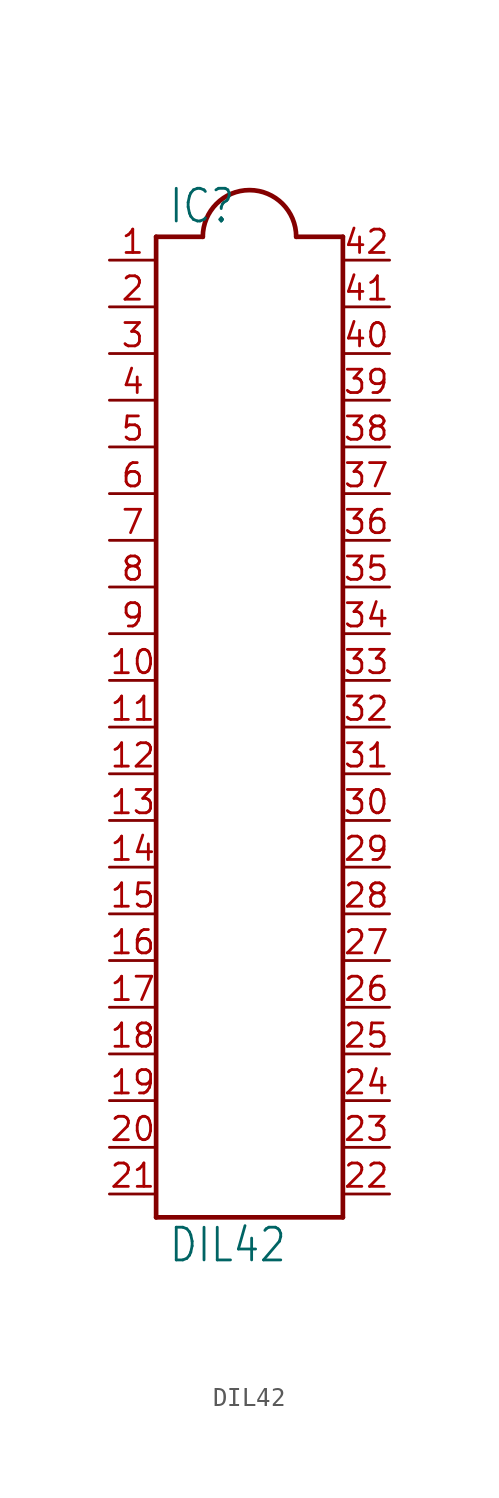
<source format=kicad_sym>
(kicad_symbol_lib
  (version 20211014)
  (generator kicad_symbol_editor)
  (symbol "DIL42"
    (property "Reference" "IC"
      (at -4.445 29.845 0)
      (effects (font (size 1.778 1.511)) (justify left bottom)))
    (property "Value" "DIL42"
      (at -4.445 -26.67 0)
      (effects (font (size 1.778 1.511)) (justify left bottom)))
    (property "ki_locked" ""
      (at 0 0 0)
      (effects (font (size 1.27 1.27))))
    (symbol "DIL42_1_0"
      (polyline (pts (xy -5.08 -24.13) (xy 5.08 -24.13)) (stroke (width 0.254) (type default) (color 0 0 0 0)) (fill (type none)))
      (polyline (pts (xy -5.08 29.21) (xy -5.08 -24.13)) (stroke (width 0.254) (type default) (color 0 0 0 0)) (fill (type none)))
      (polyline (pts (xy -5.08 29.21) (xy -2.54 29.21)) (stroke (width 0.254) (type default) (color 0 0 0 0)) (fill (type none)))
      (polyline (pts (xy 5.08 -24.13) (xy 5.08 29.21)) (stroke (width 0.254) (type default) (color 0 0 0 0)) (fill (type none)))
      (polyline (pts (xy 5.08 29.21) (xy 2.54 29.21)) (stroke (width 0.254) (type default) (color 0 0 0 0)) (fill (type none)))
      (arc (start 2.54 29.21) (mid 0 31.75) (end -2.54 29.21) (stroke (width 0.254) (type default) (color 0 0 0 0)) (fill (type none)))
      (pin passive line (at -7.62 27.94 0) (length 2.54) (name "MA19" (effects (font (size 0 0)))) (number "1" (effects (font (size 1.27 1.27)))))
      (pin passive line (at -7.62 5.08 0) (length 2.54) (name "MA1" (effects (font (size 0 0)))) (number "10" (effects (font (size 1.27 1.27)))))
      (pin passive line (at -7.62 2.54 0) (length 2.54) (name "MCS0" (effects (font (size 0 0)))) (number "11" (effects (font (size 1.27 1.27)))))
      (pin passive line (at -7.62 0 0) (length 2.54) (name "VSS" (effects (font (size 0 0)))) (number "12" (effects (font (size 1.27 1.27)))))
      (pin passive line (at -7.62 -2.54 0) (length 2.54) (name "MRD" (effects (font (size 0 0)))) (number "13" (effects (font (size 1.27 1.27)))))
      (pin passive line (at -7.62 -5.08 0) (length 2.54) (name "MD0" (effects (font (size 0 0)))) (number "14" (effects (font (size 1.27 1.27)))))
      (pin passive line (at -7.62 -7.62 0) (length 2.54) (name "15" (effects (font (size 0 0)))) (number "15" (effects (font (size 1.27 1.27)))))
      (pin passive line (at -7.62 -10.16 0) (length 2.54) (name "MD1" (effects (font (size 0 0)))) (number "16" (effects (font (size 1.27 1.27)))))
      (pin passive line (at -7.62 -12.7 0) (length 2.54) (name "17" (effects (font (size 0 0)))) (number "17" (effects (font (size 1.27 1.27)))))
      (pin passive line (at -7.62 -15.24 0) (length 2.54) (name "MD2" (effects (font (size 0 0)))) (number "18" (effects (font (size 1.27 1.27)))))
      (pin passive line (at -7.62 -17.78 0) (length 2.54) (name "19" (effects (font (size 0 0)))) (number "19" (effects (font (size 1.27 1.27)))))
      (pin passive line (at -7.62 25.4 0) (length 2.54) (name "MA18" (effects (font (size 0 0)))) (number "2" (effects (font (size 1.27 1.27)))))
      (pin passive line (at -7.62 -20.32 0) (length 2.54) (name "MD3" (effects (font (size 0 0)))) (number "20" (effects (font (size 1.27 1.27)))))
      (pin passive line (at -7.62 -22.86 0) (length 2.54) (name "21" (effects (font (size 0 0)))) (number "21" (effects (font (size 1.27 1.27)))))
      (pin passive line (at 7.62 -22.86 180) (length 2.54) (name "VDD" (effects (font (size 0 0)))) (number "22" (effects (font (size 1.27 1.27)))))
      (pin passive line (at 7.62 -20.32 180) (length 2.54) (name "MD4" (effects (font (size 0 0)))) (number "23" (effects (font (size 1.27 1.27)))))
      (pin passive line (at 7.62 -17.78 180) (length 2.54) (name "24" (effects (font (size 0 0)))) (number "24" (effects (font (size 1.27 1.27)))))
      (pin passive line (at 7.62 -15.24 180) (length 2.54) (name "MD5" (effects (font (size 0 0)))) (number "25" (effects (font (size 1.27 1.27)))))
      (pin passive line (at 7.62 -12.7 180) (length 2.54) (name "26" (effects (font (size 0 0)))) (number "26" (effects (font (size 1.27 1.27)))))
      (pin passive line (at 7.62 -10.16 180) (length 2.54) (name "MD6" (effects (font (size 0 0)))) (number "27" (effects (font (size 1.27 1.27)))))
      (pin passive line (at 7.62 -7.62 180) (length 2.54) (name "28" (effects (font (size 0 0)))) (number "28" (effects (font (size 1.27 1.27)))))
      (pin passive line (at 7.62 -5.08 180) (length 2.54) (name "MD7" (effects (font (size 0 0)))) (number "29" (effects (font (size 1.27 1.27)))))
      (pin passive line (at -7.62 22.86 0) (length 2.54) (name "MA8" (effects (font (size 0 0)))) (number "3" (effects (font (size 1.27 1.27)))))
      (pin passive line (at 7.62 -2.54 180) (length 2.54) (name "MA0" (effects (font (size 0 0)))) (number "30" (effects (font (size 1.27 1.27)))))
      (pin passive line (at 7.62 0 180) (length 2.54) (name "GND1" (effects (font (size 0 0)))) (number "31" (effects (font (size 1.27 1.27)))))
      (pin passive line (at 7.62 2.54 180) (length 2.54) (name "GND" (effects (font (size 0 0)))) (number "32" (effects (font (size 1.27 1.27)))))
      (pin passive line (at 7.62 5.08 180) (length 2.54) (name "MA17" (effects (font (size 0 0)))) (number "33" (effects (font (size 1.27 1.27)))))
      (pin passive line (at 7.62 7.62 180) (length 2.54) (name "MA16" (effects (font (size 0 0)))) (number "34" (effects (font (size 1.27 1.27)))))
      (pin passive line (at 7.62 10.16 180) (length 2.54) (name "MA15" (effects (font (size 0 0)))) (number "35" (effects (font (size 1.27 1.27)))))
      (pin passive line (at 7.62 12.7 180) (length 2.54) (name "MA14" (effects (font (size 0 0)))) (number "36" (effects (font (size 1.27 1.27)))))
      (pin passive line (at 7.62 15.24 180) (length 2.54) (name "MA13" (effects (font (size 0 0)))) (number "37" (effects (font (size 1.27 1.27)))))
      (pin passive line (at 7.62 17.78 180) (length 2.54) (name "MA12" (effects (font (size 0 0)))) (number "38" (effects (font (size 1.27 1.27)))))
      (pin passive line (at 7.62 20.32 180) (length 2.54) (name "MA11" (effects (font (size 0 0)))) (number "39" (effects (font (size 1.27 1.27)))))
      (pin passive line (at -7.62 20.32 0) (length 2.54) (name "MA7" (effects (font (size 0 0)))) (number "4" (effects (font (size 1.27 1.27)))))
      (pin passive line (at 7.62 22.86 180) (length 2.54) (name "MA10" (effects (font (size 0 0)))) (number "40" (effects (font (size 1.27 1.27)))))
      (pin passive line (at 7.62 25.4 180) (length 2.54) (name "MA9" (effects (font (size 0 0)))) (number "41" (effects (font (size 1.27 1.27)))))
      (pin passive line (at 7.62 27.94 180) (length 2.54) (name "MA20" (effects (font (size 0 0)))) (number "42" (effects (font (size 1.27 1.27)))))
      (pin passive line (at -7.62 17.78 0) (length 2.54) (name "MA6" (effects (font (size 0 0)))) (number "5" (effects (font (size 1.27 1.27)))))
      (pin passive line (at -7.62 15.24 0) (length 2.54) (name "MA5" (effects (font (size 0 0)))) (number "6" (effects (font (size 1.27 1.27)))))
      (pin passive line (at -7.62 12.7 0) (length 2.54) (name "MA4" (effects (font (size 0 0)))) (number "7" (effects (font (size 1.27 1.27)))))
      (pin passive line (at -7.62 10.16 0) (length 2.54) (name "MA3" (effects (font (size 0 0)))) (number "8" (effects (font (size 1.27 1.27)))))
      (pin passive line (at -7.62 7.62 0) (length 2.54) (name "MA2" (effects (font (size 0 0)))) (number "9" (effects (font (size 1.27 1.27))))))))
</source>
